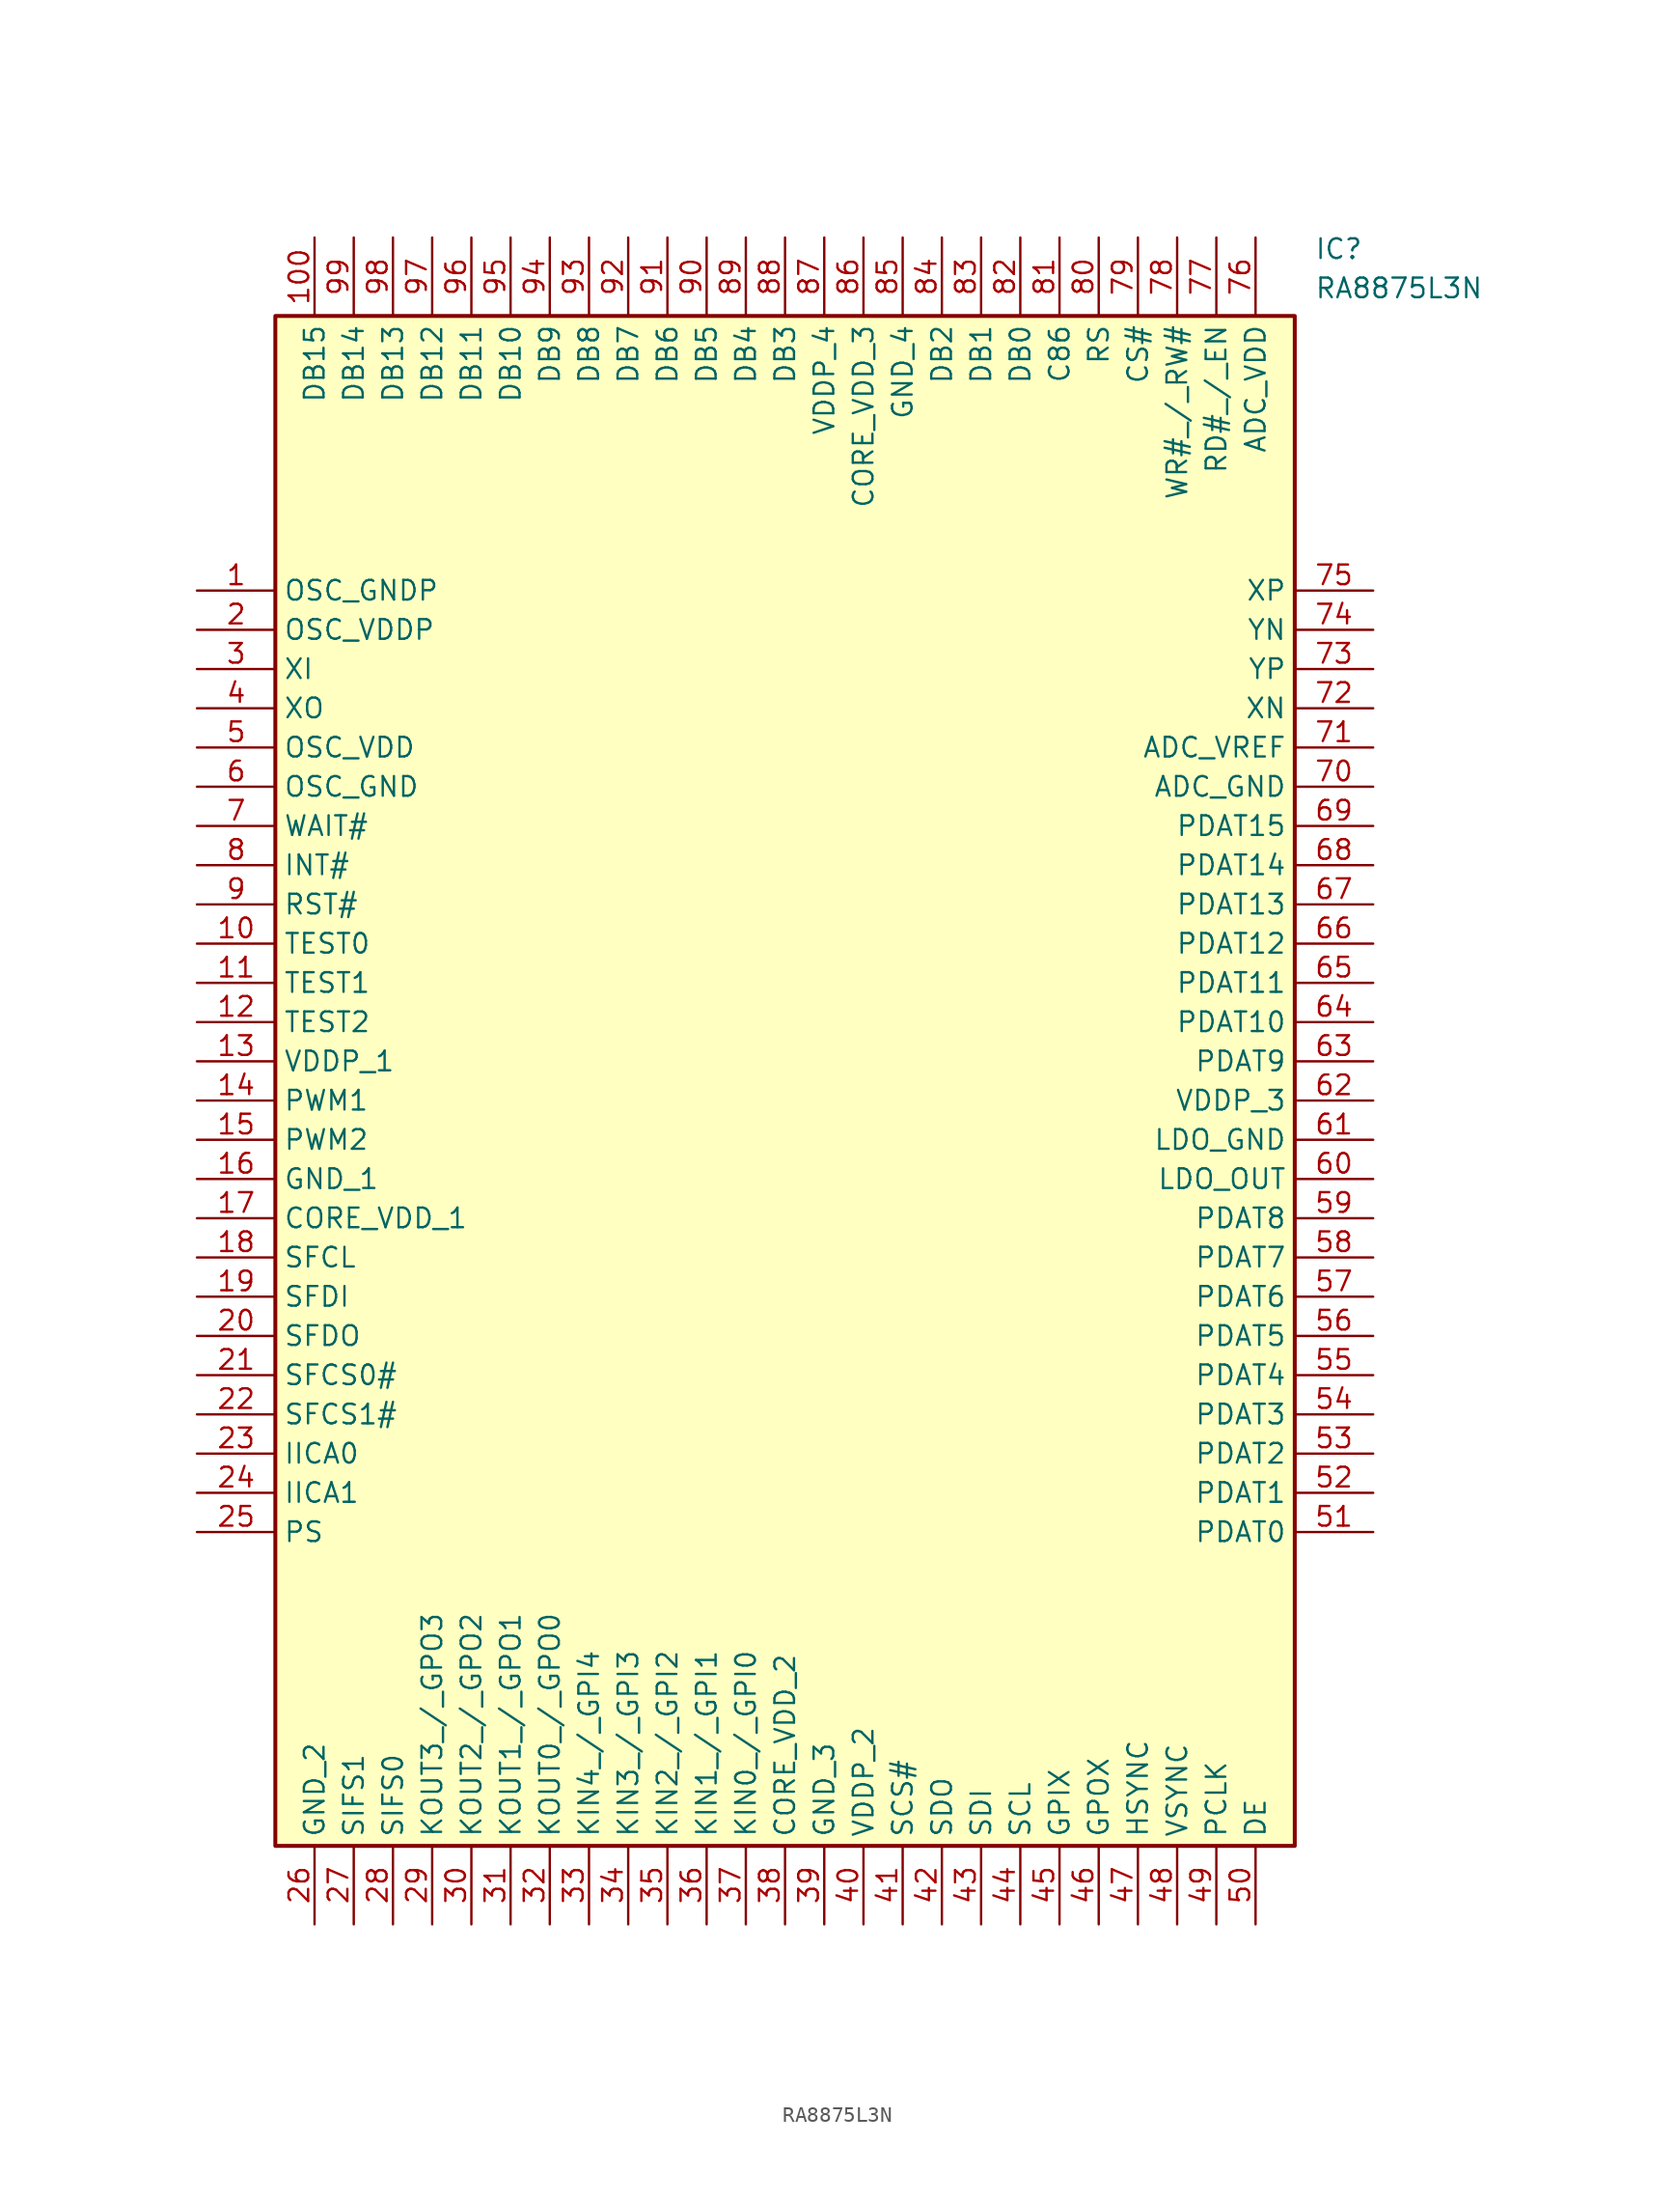
<source format=kicad_sym>
(kicad_symbol_lib
  (version 20220914)
  (generator kicad_symbol_editor)
  (symbol "RA8875L3N"
    (property "Reference" "IC"
      (at 72.39 22.86 0)
      (effects (font (size 1.27 1.27)) (justify left top)))
    (property "Value" "RA8875L3N"
      (at 72.39 20.32 0)
      (effects (font (size 1.27 1.27)) (justify left top)))
    (symbol "RA8875L3N_1_1"
      (rectangle (start 5.08 17.78) (end 71.12 -81.28) (stroke (width 0.254) (type default)) (fill (type background)))
      (pin passive line (at 0 0 0) (length 5.08) (name "OSC_GNDP" (effects (font (size 1.27 1.27)))) (number "1" (effects (font (size 1.27 1.27)))))
      (pin passive line (at 0 -22.86 0) (length 5.08) (name "TEST0" (effects (font (size 1.27 1.27)))) (number "10" (effects (font (size 1.27 1.27)))))
      (pin passive line (at 7.62 22.86 270) (length 5.08) (name "DB15" (effects (font (size 1.27 1.27)))) (number "100" (effects (font (size 1.27 1.27)))))
      (pin passive line (at 0 -25.4 0) (length 5.08) (name "TEST1" (effects (font (size 1.27 1.27)))) (number "11" (effects (font (size 1.27 1.27)))))
      (pin passive line (at 0 -27.94 0) (length 5.08) (name "TEST2" (effects (font (size 1.27 1.27)))) (number "12" (effects (font (size 1.27 1.27)))))
      (pin passive line (at 0 -30.48 0) (length 5.08) (name "VDDP_1" (effects (font (size 1.27 1.27)))) (number "13" (effects (font (size 1.27 1.27)))))
      (pin passive line (at 0 -33.02 0) (length 5.08) (name "PWM1" (effects (font (size 1.27 1.27)))) (number "14" (effects (font (size 1.27 1.27)))))
      (pin passive line (at 0 -35.56 0) (length 5.08) (name "PWM2" (effects (font (size 1.27 1.27)))) (number "15" (effects (font (size 1.27 1.27)))))
      (pin passive line (at 0 -38.1 0) (length 5.08) (name "GND_1" (effects (font (size 1.27 1.27)))) (number "16" (effects (font (size 1.27 1.27)))))
      (pin passive line (at 0 -40.64 0) (length 5.08) (name "CORE_VDD_1" (effects (font (size 1.27 1.27)))) (number "17" (effects (font (size 1.27 1.27)))))
      (pin passive line (at 0 -43.18 0) (length 5.08) (name "SFCL" (effects (font (size 1.27 1.27)))) (number "18" (effects (font (size 1.27 1.27)))))
      (pin passive line (at 0 -45.72 0) (length 5.08) (name "SFDI" (effects (font (size 1.27 1.27)))) (number "19" (effects (font (size 1.27 1.27)))))
      (pin passive line (at 0 -2.54 0) (length 5.08) (name "OSC_VDDP" (effects (font (size 1.27 1.27)))) (number "2" (effects (font (size 1.27 1.27)))))
      (pin passive line (at 0 -48.26 0) (length 5.08) (name "SFDO" (effects (font (size 1.27 1.27)))) (number "20" (effects (font (size 1.27 1.27)))))
      (pin passive line (at 0 -50.8 0) (length 5.08) (name "SFCS0#" (effects (font (size 1.27 1.27)))) (number "21" (effects (font (size 1.27 1.27)))))
      (pin passive line (at 0 -53.34 0) (length 5.08) (name "SFCS1#" (effects (font (size 1.27 1.27)))) (number "22" (effects (font (size 1.27 1.27)))))
      (pin passive line (at 0 -55.88 0) (length 5.08) (name "IICA0" (effects (font (size 1.27 1.27)))) (number "23" (effects (font (size 1.27 1.27)))))
      (pin passive line (at 0 -58.42 0) (length 5.08) (name "IICA1" (effects (font (size 1.27 1.27)))) (number "24" (effects (font (size 1.27 1.27)))))
      (pin passive line (at 0 -60.96 0) (length 5.08) (name "PS" (effects (font (size 1.27 1.27)))) (number "25" (effects (font (size 1.27 1.27)))))
      (pin passive line (at 7.62 -86.36 90) (length 5.08) (name "GND_2" (effects (font (size 1.27 1.27)))) (number "26" (effects (font (size 1.27 1.27)))))
      (pin passive line (at 10.16 -86.36 90) (length 5.08) (name "SIFS1" (effects (font (size 1.27 1.27)))) (number "27" (effects (font (size 1.27 1.27)))))
      (pin passive line (at 12.7 -86.36 90) (length 5.08) (name "SIFS0" (effects (font (size 1.27 1.27)))) (number "28" (effects (font (size 1.27 1.27)))))
      (pin passive line (at 15.24 -86.36 90) (length 5.08) (name "KOUT3_/_GPO3" (effects (font (size 1.27 1.27)))) (number "29" (effects (font (size 1.27 1.27)))))
      (pin passive line (at 0 -5.08 0) (length 5.08) (name "XI" (effects (font (size 1.27 1.27)))) (number "3" (effects (font (size 1.27 1.27)))))
      (pin passive line (at 17.78 -86.36 90) (length 5.08) (name "KOUT2_/_GPO2" (effects (font (size 1.27 1.27)))) (number "30" (effects (font (size 1.27 1.27)))))
      (pin passive line (at 20.32 -86.36 90) (length 5.08) (name "KOUT1_/_GPO1" (effects (font (size 1.27 1.27)))) (number "31" (effects (font (size 1.27 1.27)))))
      (pin passive line (at 22.86 -86.36 90) (length 5.08) (name "KOUT0_/_GPO0" (effects (font (size 1.27 1.27)))) (number "32" (effects (font (size 1.27 1.27)))))
      (pin passive line (at 25.4 -86.36 90) (length 5.08) (name "KIN4_/_GPI4" (effects (font (size 1.27 1.27)))) (number "33" (effects (font (size 1.27 1.27)))))
      (pin passive line (at 27.94 -86.36 90) (length 5.08) (name "KIN3_/_GPI3" (effects (font (size 1.27 1.27)))) (number "34" (effects (font (size 1.27 1.27)))))
      (pin passive line (at 30.48 -86.36 90) (length 5.08) (name "KIN2_/_GPI2" (effects (font (size 1.27 1.27)))) (number "35" (effects (font (size 1.27 1.27)))))
      (pin passive line (at 33.02 -86.36 90) (length 5.08) (name "KIN1_/_GPI1" (effects (font (size 1.27 1.27)))) (number "36" (effects (font (size 1.27 1.27)))))
      (pin passive line (at 35.56 -86.36 90) (length 5.08) (name "KIN0_/_GPI0" (effects (font (size 1.27 1.27)))) (number "37" (effects (font (size 1.27 1.27)))))
      (pin passive line (at 38.1 -86.36 90) (length 5.08) (name "CORE_VDD_2" (effects (font (size 1.27 1.27)))) (number "38" (effects (font (size 1.27 1.27)))))
      (pin passive line (at 40.64 -86.36 90) (length 5.08) (name "GND_3" (effects (font (size 1.27 1.27)))) (number "39" (effects (font (size 1.27 1.27)))))
      (pin passive line (at 0 -7.62 0) (length 5.08) (name "XO" (effects (font (size 1.27 1.27)))) (number "4" (effects (font (size 1.27 1.27)))))
      (pin passive line (at 43.18 -86.36 90) (length 5.08) (name "VDDP_2" (effects (font (size 1.27 1.27)))) (number "40" (effects (font (size 1.27 1.27)))))
      (pin passive line (at 45.72 -86.36 90) (length 5.08) (name "SCS#" (effects (font (size 1.27 1.27)))) (number "41" (effects (font (size 1.27 1.27)))))
      (pin passive line (at 48.26 -86.36 90) (length 5.08) (name "SDO" (effects (font (size 1.27 1.27)))) (number "42" (effects (font (size 1.27 1.27)))))
      (pin passive line (at 50.8 -86.36 90) (length 5.08) (name "SDI" (effects (font (size 1.27 1.27)))) (number "43" (effects (font (size 1.27 1.27)))))
      (pin passive line (at 53.34 -86.36 90) (length 5.08) (name "SCL" (effects (font (size 1.27 1.27)))) (number "44" (effects (font (size 1.27 1.27)))))
      (pin passive line (at 55.88 -86.36 90) (length 5.08) (name "GPIX" (effects (font (size 1.27 1.27)))) (number "45" (effects (font (size 1.27 1.27)))))
      (pin passive line (at 58.42 -86.36 90) (length 5.08) (name "GPOX" (effects (font (size 1.27 1.27)))) (number "46" (effects (font (size 1.27 1.27)))))
      (pin passive line (at 60.96 -86.36 90) (length 5.08) (name "HSYNC" (effects (font (size 1.27 1.27)))) (number "47" (effects (font (size 1.27 1.27)))))
      (pin passive line (at 63.5 -86.36 90) (length 5.08) (name "VSYNC" (effects (font (size 1.27 1.27)))) (number "48" (effects (font (size 1.27 1.27)))))
      (pin passive line (at 66.04 -86.36 90) (length 5.08) (name "PCLK" (effects (font (size 1.27 1.27)))) (number "49" (effects (font (size 1.27 1.27)))))
      (pin passive line (at 0 -10.16 0) (length 5.08) (name "OSC_VDD" (effects (font (size 1.27 1.27)))) (number "5" (effects (font (size 1.27 1.27)))))
      (pin passive line (at 68.58 -86.36 90) (length 5.08) (name "DE" (effects (font (size 1.27 1.27)))) (number "50" (effects (font (size 1.27 1.27)))))
      (pin passive line (at 76.2 -60.96 180) (length 5.08) (name "PDAT0" (effects (font (size 1.27 1.27)))) (number "51" (effects (font (size 1.27 1.27)))))
      (pin passive line (at 76.2 -58.42 180) (length 5.08) (name "PDAT1" (effects (font (size 1.27 1.27)))) (number "52" (effects (font (size 1.27 1.27)))))
      (pin passive line (at 76.2 -55.88 180) (length 5.08) (name "PDAT2" (effects (font (size 1.27 1.27)))) (number "53" (effects (font (size 1.27 1.27)))))
      (pin passive line (at 76.2 -53.34 180) (length 5.08) (name "PDAT3" (effects (font (size 1.27 1.27)))) (number "54" (effects (font (size 1.27 1.27)))))
      (pin passive line (at 76.2 -50.8 180) (length 5.08) (name "PDAT4" (effects (font (size 1.27 1.27)))) (number "55" (effects (font (size 1.27 1.27)))))
      (pin passive line (at 76.2 -48.26 180) (length 5.08) (name "PDAT5" (effects (font (size 1.27 1.27)))) (number "56" (effects (font (size 1.27 1.27)))))
      (pin passive line (at 76.2 -45.72 180) (length 5.08) (name "PDAT6" (effects (font (size 1.27 1.27)))) (number "57" (effects (font (size 1.27 1.27)))))
      (pin passive line (at 76.2 -43.18 180) (length 5.08) (name "PDAT7" (effects (font (size 1.27 1.27)))) (number "58" (effects (font (size 1.27 1.27)))))
      (pin passive line (at 76.2 -40.64 180) (length 5.08) (name "PDAT8" (effects (font (size 1.27 1.27)))) (number "59" (effects (font (size 1.27 1.27)))))
      (pin passive line (at 0 -12.7 0) (length 5.08) (name "OSC_GND" (effects (font (size 1.27 1.27)))) (number "6" (effects (font (size 1.27 1.27)))))
      (pin passive line (at 76.2 -38.1 180) (length 5.08) (name "LDO_OUT" (effects (font (size 1.27 1.27)))) (number "60" (effects (font (size 1.27 1.27)))))
      (pin passive line (at 76.2 -35.56 180) (length 5.08) (name "LDO_GND" (effects (font (size 1.27 1.27)))) (number "61" (effects (font (size 1.27 1.27)))))
      (pin passive line (at 76.2 -33.02 180) (length 5.08) (name "VDDP_3" (effects (font (size 1.27 1.27)))) (number "62" (effects (font (size 1.27 1.27)))))
      (pin passive line (at 76.2 -30.48 180) (length 5.08) (name "PDAT9" (effects (font (size 1.27 1.27)))) (number "63" (effects (font (size 1.27 1.27)))))
      (pin passive line (at 76.2 -27.94 180) (length 5.08) (name "PDAT10" (effects (font (size 1.27 1.27)))) (number "64" (effects (font (size 1.27 1.27)))))
      (pin passive line (at 76.2 -25.4 180) (length 5.08) (name "PDAT11" (effects (font (size 1.27 1.27)))) (number "65" (effects (font (size 1.27 1.27)))))
      (pin passive line (at 76.2 -22.86 180) (length 5.08) (name "PDAT12" (effects (font (size 1.27 1.27)))) (number "66" (effects (font (size 1.27 1.27)))))
      (pin passive line (at 76.2 -20.32 180) (length 5.08) (name "PDAT13" (effects (font (size 1.27 1.27)))) (number "67" (effects (font (size 1.27 1.27)))))
      (pin passive line (at 76.2 -17.78 180) (length 5.08) (name "PDAT14" (effects (font (size 1.27 1.27)))) (number "68" (effects (font (size 1.27 1.27)))))
      (pin passive line (at 76.2 -15.24 180) (length 5.08) (name "PDAT15" (effects (font (size 1.27 1.27)))) (number "69" (effects (font (size 1.27 1.27)))))
      (pin passive line (at 0 -15.24 0) (length 5.08) (name "WAIT#" (effects (font (size 1.27 1.27)))) (number "7" (effects (font (size 1.27 1.27)))))
      (pin passive line (at 76.2 -12.7 180) (length 5.08) (name "ADC_GND" (effects (font (size 1.27 1.27)))) (number "70" (effects (font (size 1.27 1.27)))))
      (pin passive line (at 76.2 -10.16 180) (length 5.08) (name "ADC_VREF" (effects (font (size 1.27 1.27)))) (number "71" (effects (font (size 1.27 1.27)))))
      (pin passive line (at 76.2 -7.62 180) (length 5.08) (name "XN" (effects (font (size 1.27 1.27)))) (number "72" (effects (font (size 1.27 1.27)))))
      (pin passive line (at 76.2 -5.08 180) (length 5.08) (name "YP" (effects (font (size 1.27 1.27)))) (number "73" (effects (font (size 1.27 1.27)))))
      (pin passive line (at 76.2 -2.54 180) (length 5.08) (name "YN" (effects (font (size 1.27 1.27)))) (number "74" (effects (font (size 1.27 1.27)))))
      (pin passive line (at 76.2 0 180) (length 5.08) (name "XP" (effects (font (size 1.27 1.27)))) (number "75" (effects (font (size 1.27 1.27)))))
      (pin passive line (at 68.58 22.86 270) (length 5.08) (name "ADC_VDD" (effects (font (size 1.27 1.27)))) (number "76" (effects (font (size 1.27 1.27)))))
      (pin passive line (at 66.04 22.86 270) (length 5.08) (name "RD#_/_EN" (effects (font (size 1.27 1.27)))) (number "77" (effects (font (size 1.27 1.27)))))
      (pin passive line (at 63.5 22.86 270) (length 5.08) (name "WR#_/_RW#" (effects (font (size 1.27 1.27)))) (number "78" (effects (font (size 1.27 1.27)))))
      (pin passive line (at 60.96 22.86 270) (length 5.08) (name "CS#" (effects (font (size 1.27 1.27)))) (number "79" (effects (font (size 1.27 1.27)))))
      (pin passive line (at 0 -17.78 0) (length 5.08) (name "INT#" (effects (font (size 1.27 1.27)))) (number "8" (effects (font (size 1.27 1.27)))))
      (pin passive line (at 58.42 22.86 270) (length 5.08) (name "RS" (effects (font (size 1.27 1.27)))) (number "80" (effects (font (size 1.27 1.27)))))
      (pin passive line (at 55.88 22.86 270) (length 5.08) (name "C86" (effects (font (size 1.27 1.27)))) (number "81" (effects (font (size 1.27 1.27)))))
      (pin passive line (at 53.34 22.86 270) (length 5.08) (name "DB0" (effects (font (size 1.27 1.27)))) (number "82" (effects (font (size 1.27 1.27)))))
      (pin passive line (at 50.8 22.86 270) (length 5.08) (name "DB1" (effects (font (size 1.27 1.27)))) (number "83" (effects (font (size 1.27 1.27)))))
      (pin passive line (at 48.26 22.86 270) (length 5.08) (name "DB2" (effects (font (size 1.27 1.27)))) (number "84" (effects (font (size 1.27 1.27)))))
      (pin passive line (at 45.72 22.86 270) (length 5.08) (name "GND_4" (effects (font (size 1.27 1.27)))) (number "85" (effects (font (size 1.27 1.27)))))
      (pin passive line (at 43.18 22.86 270) (length 5.08) (name "CORE_VDD_3" (effects (font (size 1.27 1.27)))) (number "86" (effects (font (size 1.27 1.27)))))
      (pin passive line (at 40.64 22.86 270) (length 5.08) (name "VDDP_4" (effects (font (size 1.27 1.27)))) (number "87" (effects (font (size 1.27 1.27)))))
      (pin passive line (at 38.1 22.86 270) (length 5.08) (name "DB3" (effects (font (size 1.27 1.27)))) (number "88" (effects (font (size 1.27 1.27)))))
      (pin passive line (at 35.56 22.86 270) (length 5.08) (name "DB4" (effects (font (size 1.27 1.27)))) (number "89" (effects (font (size 1.27 1.27)))))
      (pin passive line (at 0 -20.32 0) (length 5.08) (name "RST#" (effects (font (size 1.27 1.27)))) (number "9" (effects (font (size 1.27 1.27)))))
      (pin passive line (at 33.02 22.86 270) (length 5.08) (name "DB5" (effects (font (size 1.27 1.27)))) (number "90" (effects (font (size 1.27 1.27)))))
      (pin passive line (at 30.48 22.86 270) (length 5.08) (name "DB6" (effects (font (size 1.27 1.27)))) (number "91" (effects (font (size 1.27 1.27)))))
      (pin passive line (at 27.94 22.86 270) (length 5.08) (name "DB7" (effects (font (size 1.27 1.27)))) (number "92" (effects (font (size 1.27 1.27)))))
      (pin passive line (at 25.4 22.86 270) (length 5.08) (name "DB8" (effects (font (size 1.27 1.27)))) (number "93" (effects (font (size 1.27 1.27)))))
      (pin passive line (at 22.86 22.86 270) (length 5.08) (name "DB9" (effects (font (size 1.27 1.27)))) (number "94" (effects (font (size 1.27 1.27)))))
      (pin passive line (at 20.32 22.86 270) (length 5.08) (name "DB10" (effects (font (size 1.27 1.27)))) (number "95" (effects (font (size 1.27 1.27)))))
      (pin passive line (at 17.78 22.86 270) (length 5.08) (name "DB11" (effects (font (size 1.27 1.27)))) (number "96" (effects (font (size 1.27 1.27)))))
      (pin passive line (at 15.24 22.86 270) (length 5.08) (name "DB12" (effects (font (size 1.27 1.27)))) (number "97" (effects (font (size 1.27 1.27)))))
      (pin passive line (at 12.7 22.86 270) (length 5.08) (name "DB13" (effects (font (size 1.27 1.27)))) (number "98" (effects (font (size 1.27 1.27)))))
      (pin passive line (at 10.16 22.86 270) (length 5.08) (name "DB14" (effects (font (size 1.27 1.27)))) (number "99" (effects (font (size 1.27 1.27))))))))
</source>
